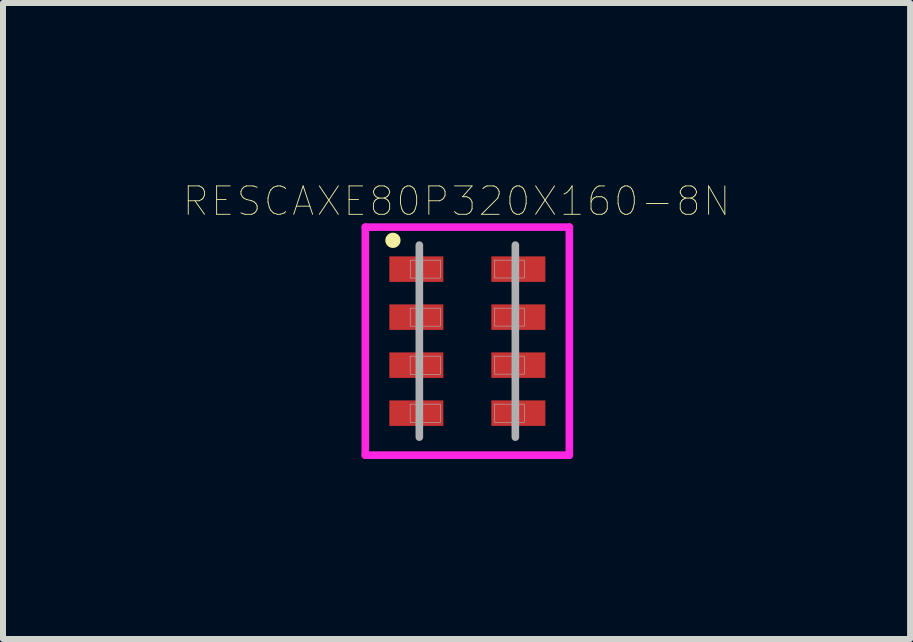
<source format=kicad_pcb>
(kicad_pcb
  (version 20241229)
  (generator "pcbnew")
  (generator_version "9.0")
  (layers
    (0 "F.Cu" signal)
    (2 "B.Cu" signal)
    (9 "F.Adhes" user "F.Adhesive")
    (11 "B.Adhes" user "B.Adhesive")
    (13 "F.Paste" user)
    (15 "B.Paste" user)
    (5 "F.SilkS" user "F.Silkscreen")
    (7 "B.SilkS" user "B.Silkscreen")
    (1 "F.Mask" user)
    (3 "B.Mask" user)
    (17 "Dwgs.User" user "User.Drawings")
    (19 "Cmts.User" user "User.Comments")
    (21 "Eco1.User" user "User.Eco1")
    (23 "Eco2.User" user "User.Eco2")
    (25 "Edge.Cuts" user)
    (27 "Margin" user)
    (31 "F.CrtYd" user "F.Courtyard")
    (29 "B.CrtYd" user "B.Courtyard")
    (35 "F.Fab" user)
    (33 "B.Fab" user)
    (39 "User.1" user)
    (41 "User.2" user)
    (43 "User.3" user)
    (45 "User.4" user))
  (footprint "RESCAXE80P320X160-8N"
    (layer "F.Cu")
    (at 4.738 2.635)
    (property "Reference" "RESCAXE80P320X160-8N" (at -0.18 -2.332 0) (layer "F.SilkS") (effects (font (size 0.473 0.473) (thickness 0.015))))
    (attr through_hole)
    (fp_circle (center -1.24 -1.68) (end -1.113 -1.68) (stroke (width 0) (type solid)) (fill yes) (layer "F.SilkS"))
    (fp_line (start -1.7 -1.9) (end -1.7 1.9) (stroke (width 0.127) (type solid)) (layer "F.CrtYd"))
    (fp_line (start -1.7 1.9) (end 1.7 1.9) (stroke (width 0.127) (type solid)) (layer "F.CrtYd"))
    (fp_line (start 1.7 -1.9) (end -1.7 -1.9) (stroke (width 0.127) (type solid)) (layer "F.CrtYd"))
    (fp_line (start 1.7 1.9) (end 1.7 -1.9) (stroke (width 0.127) (type solid)) (layer "F.CrtYd"))
    (fp_line (start -0.8 -1.6) (end -0.8 1.6) (stroke (width 0.127) (type solid)) (layer "F.Fab"))
    (fp_line (start 0.8 -1.6) (end 0.8 1.6) (stroke (width 0.127) (type solid)) (layer "F.Fab"))
    (fp_poly (pts (xy -0.953 1.05) (xy -0.45 1.05) (xy -0.45 1.355) (xy -0.953 1.355)) (stroke (width 0.01) (type solid)) (fill no) (layer "F.Fab"))
    (fp_poly (pts (xy -0.953 0.25) (xy -0.45 0.25) (xy -0.45 0.552) (xy -0.953 0.552)) (stroke (width 0.01) (type solid)) (fill no) (layer "F.Fab"))
    (fp_poly (pts (xy -0.952 -0.55) (xy -0.45 -0.55) (xy -0.45 -0.25) (xy -0.952 -0.25)) (stroke (width 0.01) (type solid)) (fill no) (layer "F.Fab"))
    (fp_poly (pts (xy -0.951 -1.35) (xy -0.45 -1.35) (xy -0.45 -1.051) (xy -0.951 -1.051)) (stroke (width 0.01) (type solid)) (fill no) (layer "F.Fab"))
    (fp_poly (pts (xy 0.45 0.25) (xy 0.95 0.25) (xy 0.95 0.55) (xy 0.45 0.55)) (stroke (width 0.01) (type solid)) (fill no) (layer "F.Fab"))
    (fp_poly (pts (xy 0.451 1.05) (xy 0.95 1.05) (xy 0.95 1.353) (xy 0.451 1.353)) (stroke (width 0.01) (type solid)) (fill no) (layer "F.Fab"))
    (fp_poly (pts (xy 0.451 -0.55) (xy 0.95 -0.55) (xy 0.95 -0.251) (xy 0.451 -0.251)) (stroke (width 0.01) (type solid)) (fill no) (layer "F.Fab"))
    (fp_poly (pts (xy 0.451 -1.35) (xy 0.95 -1.35) (xy 0.95 -1.053) (xy 0.451 -1.053)) (stroke (width 0.01) (type solid)) (fill no) (layer "F.Fab"))
    (pad "1" smd rect (at -0.85 -1.2) (size 0.9 0.425) (layers "F.Cu" "F.Mask" "F.Paste"))
    (pad "2" smd rect (at -0.85 -0.4) (size 0.9 0.425) (layers "F.Cu" "F.Mask" "F.Paste"))
    (pad "3" smd rect (at -0.85 0.4) (size 0.9 0.425) (layers "F.Cu" "F.Mask" "F.Paste"))
    (pad "4" smd rect (at -0.85 1.2) (size 0.9 0.425) (layers "F.Cu" "F.Mask" "F.Paste"))
    (pad "5" smd rect (at 0.85 1.2) (size 0.9 0.425) (layers "F.Cu" "F.Mask" "F.Paste"))
    (pad "6" smd rect (at 0.85 0.4) (size 0.9 0.425) (layers "F.Cu" "F.Mask" "F.Paste"))
    (pad "7" smd rect (at 0.85 -0.4) (size 0.9 0.425) (layers "F.Cu" "F.Mask" "F.Paste"))
    (pad "8" smd rect (at 0.85 -1.2) (size 0.9 0.425) (layers "F.Cu" "F.Mask" "F.Paste")))
  (gr_rect
    (start -3 -3)
    (end 12.116 7.599)
    (stroke (width 0.1) (type default))
    (fill no)
    (layer "Edge.Cuts")))
</source>
